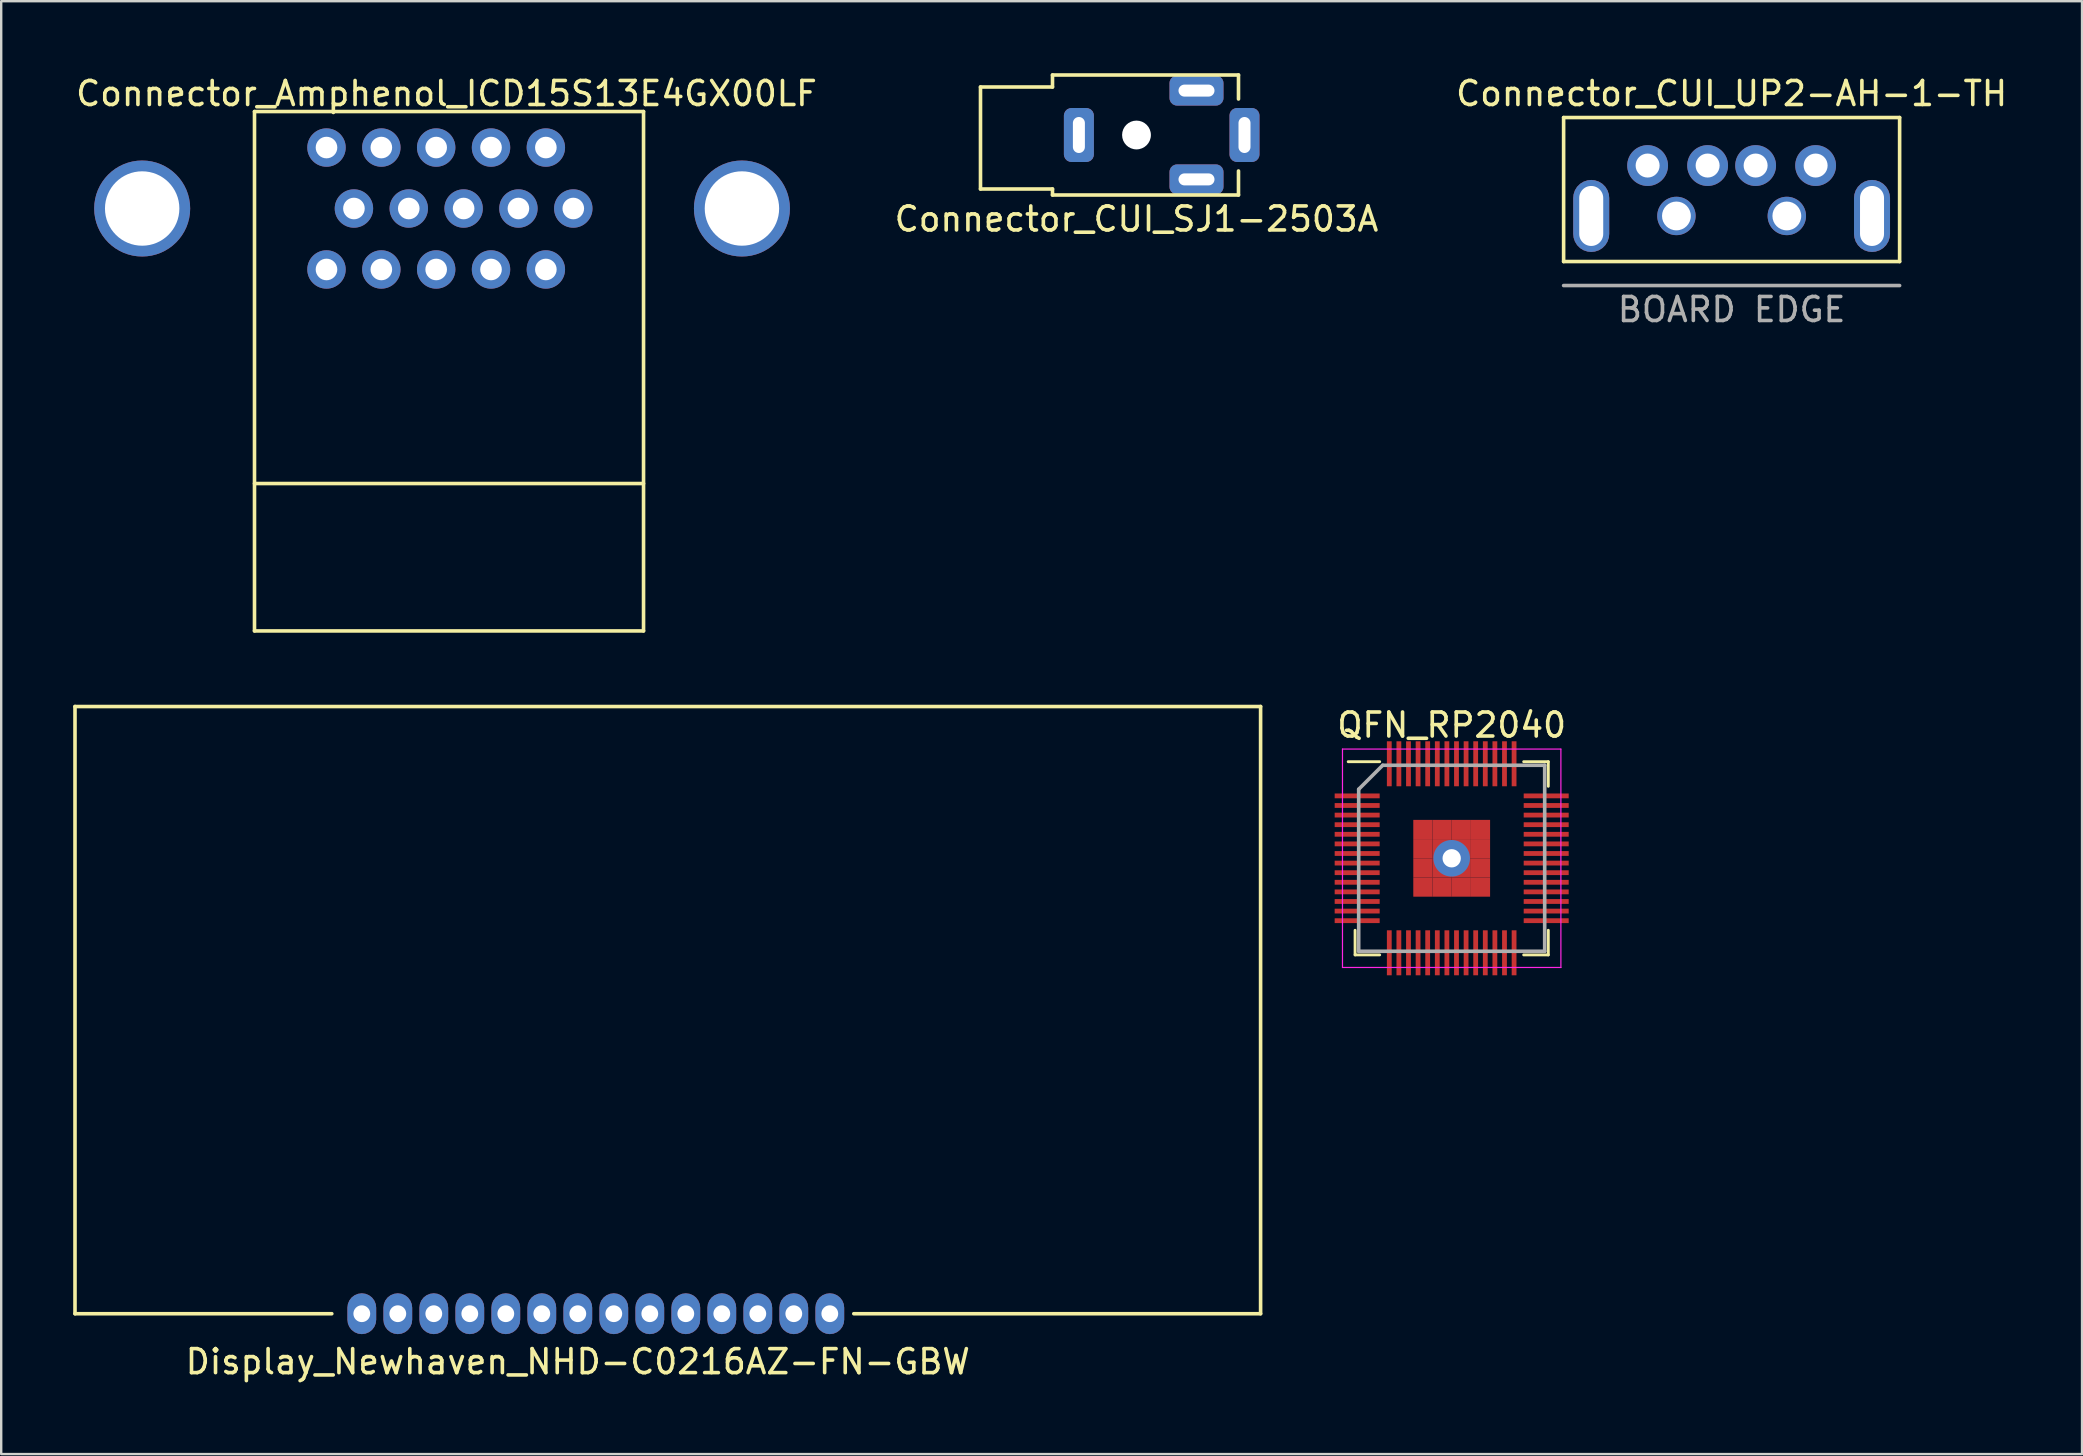
<source format=kicad_pcb>
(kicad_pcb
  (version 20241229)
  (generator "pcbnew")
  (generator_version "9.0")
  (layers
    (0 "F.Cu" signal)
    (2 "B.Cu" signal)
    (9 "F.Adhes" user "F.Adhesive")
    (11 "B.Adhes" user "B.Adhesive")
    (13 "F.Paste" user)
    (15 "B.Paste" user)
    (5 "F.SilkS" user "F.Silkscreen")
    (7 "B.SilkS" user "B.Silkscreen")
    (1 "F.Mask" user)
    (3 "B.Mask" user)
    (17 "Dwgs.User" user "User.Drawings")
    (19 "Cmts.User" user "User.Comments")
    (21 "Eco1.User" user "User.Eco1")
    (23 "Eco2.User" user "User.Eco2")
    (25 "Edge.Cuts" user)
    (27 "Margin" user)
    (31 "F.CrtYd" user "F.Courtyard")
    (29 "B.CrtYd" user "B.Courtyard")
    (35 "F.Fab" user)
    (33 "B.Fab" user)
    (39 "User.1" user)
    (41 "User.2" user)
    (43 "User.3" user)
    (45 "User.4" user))
  (footprint "Display_Newhaven_NHD-C0216AZ-FN-GBW"
    (layer "F.Cu")
    (at 31.525 51.688)
    (property "Reference" "Display_Newhaven_NHD-C0216AZ-FN-GBW" (at -10.5 2 0) (layer "F.SilkS") (effects (font (size 1 1) (thickness 0.15))))
    (attr through_hole)
    (fp_line (start -31.45 0) (end -31.45 -25.3) (stroke (width 0.15) (type solid)) (layer "F.SilkS"))
    (fp_line (start -20.75 0) (end -31.45 0) (stroke (width 0.15) (type solid)) (layer "F.SilkS"))
    (fp_line (start 1 0) (end 17.95 0) (stroke (width 0.15) (type solid)) (layer "F.SilkS"))
    (fp_line (start 17.95 -25.3) (end -31.45 -25.3) (stroke (width 0.15) (type solid)) (layer "F.SilkS"))
    (fp_line (start 17.95 0) (end 17.95 -25.3) (stroke (width 0.15) (type solid)) (layer "F.SilkS"))
    (pad "1" thru_hole roundrect (at 0 0) (size 1.2 1.7) (drill 0.7) (layers "*.Cu" "*.Mask") (roundrect_rratio 0.5))
    (pad "2" thru_hole roundrect (at -1.5 0) (size 1.2 1.7) (drill 0.7) (layers "*.Cu" "*.Mask") (roundrect_rratio 0.5))
    (pad "3" thru_hole roundrect (at -3 0) (size 1.2 1.7) (drill 0.7) (layers "*.Cu" "*.Mask") (roundrect_rratio 0.5))
    (pad "4" thru_hole roundrect (at -4.5 0) (size 1.2 1.7) (drill 0.7) (layers "*.Cu" "*.Mask") (roundrect_rratio 0.5))
    (pad "5" thru_hole roundrect (at -6 0) (size 1.2 1.7) (drill 0.7) (layers "*.Cu" "*.Mask") (roundrect_rratio 0.5))
    (pad "6" thru_hole roundrect (at -7.5 0) (size 1.2 1.7) (drill 0.7) (layers "*.Cu" "*.Mask") (roundrect_rratio 0.5))
    (pad "7" thru_hole roundrect (at -9 0) (size 1.2 1.7) (drill 0.7) (layers "*.Cu" "*.Mask") (roundrect_rratio 0.5))
    (pad "8" thru_hole roundrect (at -10.5 0) (size 1.2 1.7) (drill 0.7) (layers "*.Cu" "*.Mask") (roundrect_rratio 0.5))
    (pad "9" thru_hole roundrect (at -12 0) (size 1.2 1.7) (drill 0.7) (layers "*.Cu" "*.Mask") (roundrect_rratio 0.5))
    (pad "10" thru_hole roundrect (at -13.5 0) (size 1.2 1.7) (drill 0.7) (layers "*.Cu" "*.Mask") (roundrect_rratio 0.5))
    (pad "11" thru_hole roundrect (at -15 0) (size 1.2 1.7) (drill 0.7) (layers "*.Cu" "*.Mask") (roundrect_rratio 0.5))
    (pad "12" thru_hole roundrect (at -16.5 0) (size 1.2 1.7) (drill 0.7) (layers "*.Cu" "*.Mask") (roundrect_rratio 0.5))
    (pad "13" thru_hole roundrect (at -18 0) (size 1.2 1.7) (drill 0.7) (layers "*.Cu" "*.Mask") (roundrect_rratio 0.5))
    (pad "14" thru_hole roundrect (at -19.5 0) (size 1.2 1.7) (drill 0.7) (layers "*.Cu" "*.Mask") (roundrect_rratio 0.5)))
  (footprint "QFN_RP2040"
    (layer "F.Cu")
    (at 57.437 32.712)
    (property "Reference" "QFN_RP2040" (at 0 -5.55 0) (layer "F.SilkS") (effects (font (size 1 1) (thickness 0.15))))
    (attr smd)
    (fp_line (start -4.025 4.025) (end -4.025 3) (stroke (width 0.12) (type solid)) (layer "F.SilkS"))
    (fp_line (start -3 -4.025) (end -4.312 -4.025) (stroke (width 0.12) (type solid)) (layer "F.SilkS"))
    (fp_line (start -3 4.025) (end -4.025 4.025) (stroke (width 0.12) (type solid)) (layer "F.SilkS"))
    (fp_line (start 3 -4.025) (end 4.025 -4.025) (stroke (width 0.12) (type solid)) (layer "F.SilkS"))
    (fp_line (start 3 4.025) (end 4.025 4.025) (stroke (width 0.12) (type solid)) (layer "F.SilkS"))
    (fp_line (start 4.025 -4.025) (end 4.025 -3) (stroke (width 0.12) (type solid)) (layer "F.SilkS"))
    (fp_line (start 4.025 4.025) (end 4.025 3) (stroke (width 0.12) (type solid)) (layer "F.SilkS"))
    (fp_line (start -4.55 -4.55) (end 4.55 -4.55) (stroke (width 0.05) (type solid)) (layer "F.CrtYd"))
    (fp_line (start -4.55 4.55) (end -4.55 -4.55) (stroke (width 0.05) (type solid)) (layer "F.CrtYd"))
    (fp_line (start 4.55 -4.55) (end 4.55 4.55) (stroke (width 0.05) (type solid)) (layer "F.CrtYd"))
    (fp_line (start 4.55 4.55) (end -4.55 4.55) (stroke (width 0.05) (type solid)) (layer "F.CrtYd"))
    (fp_line (start -3.875 -2.875) (end -3.875 3.875) (stroke (width 0.15) (type solid)) (layer "F.Fab"))
    (fp_line (start -3.875 3.875) (end 3.875 3.875) (stroke (width 0.15) (type solid)) (layer "F.Fab"))
    (fp_line (start -2.875 -3.875) (end -3.875 -2.875) (stroke (width 0.15) (type solid)) (layer "F.Fab"))
    (fp_line (start 3.875 -3.875) (end -2.875 -3.875) (stroke (width 0.15) (type solid)) (layer "F.Fab"))
    (fp_line (start 3.875 3.875) (end 3.875 -3.875) (stroke (width 0.15) (type solid)) (layer "F.Fab"))
    (pad "1" smd rect (at -3.938 -2.6 90) (size 0.2 1.875) (layers "F.Cu" "F.Mask" "F.Paste"))
    (pad "2" smd rect (at -3.938 -2.2 90) (size 0.2 1.875) (layers "F.Cu" "F.Mask" "F.Paste"))
    (pad "3" smd rect (at -3.938 -1.8 90) (size 0.2 1.875) (layers "F.Cu" "F.Mask" "F.Paste"))
    (pad "4" smd rect (at -3.938 -1.4 90) (size 0.2 1.875) (layers "F.Cu" "F.Mask" "F.Paste"))
    (pad "5" smd rect (at -3.938 -1 90) (size 0.2 1.875) (layers "F.Cu" "F.Mask" "F.Paste"))
    (pad "6" smd rect (at -3.938 -0.6 90) (size 0.2 1.875) (layers "F.Cu" "F.Mask" "F.Paste"))
    (pad "7" smd rect (at -3.938 -0.2 90) (size 0.2 1.875) (layers "F.Cu" "F.Mask" "F.Paste"))
    (pad "8" smd rect (at -3.938 0.2 90) (size 0.2 1.875) (layers "F.Cu" "F.Mask" "F.Paste"))
    (pad "9" smd rect (at -3.938 0.6 90) (size 0.2 1.875) (layers "F.Cu" "F.Mask" "F.Paste"))
    (pad "10" smd rect (at -3.938 1 90) (size 0.2 1.875) (layers "F.Cu" "F.Mask" "F.Paste"))
    (pad "11" smd rect (at -3.938 1.4 90) (size 0.2 1.875) (layers "F.Cu" "F.Mask" "F.Paste"))
    (pad "12" smd rect (at -3.938 1.8 90) (size 0.2 1.875) (layers "F.Cu" "F.Mask" "F.Paste"))
    (pad "13" smd rect (at -3.938 2.2 90) (size 0.2 1.875) (layers "F.Cu" "F.Mask" "F.Paste"))
    (pad "14" smd rect (at -3.938 2.6 90) (size 0.2 1.875) (layers "F.Cu" "F.Mask" "F.Paste"))
    (pad "15" smd rect (at -2.6 3.938) (size 0.2 1.875) (layers "F.Cu" "F.Mask" "F.Paste"))
    (pad "16" smd rect (at -2.2 3.938) (size 0.2 1.875) (layers "F.Cu" "F.Mask" "F.Paste"))
    (pad "17" smd rect (at -1.8 3.938) (size 0.2 1.875) (layers "F.Cu" "F.Mask" "F.Paste"))
    (pad "18" smd rect (at -1.4 3.938) (size 0.2 1.875) (layers "F.Cu" "F.Mask" "F.Paste"))
    (pad "19" smd rect (at -1 3.938) (size 0.2 1.875) (layers "F.Cu" "F.Mask" "F.Paste"))
    (pad "20" smd rect (at -0.6 3.938) (size 0.2 1.875) (layers "F.Cu" "F.Mask" "F.Paste"))
    (pad "21" smd rect (at -0.2 3.938) (size 0.2 1.875) (layers "F.Cu" "F.Mask" "F.Paste"))
    (pad "22" smd rect (at 0.2 3.938) (size 0.2 1.875) (layers "F.Cu" "F.Mask" "F.Paste"))
    (pad "23" smd rect (at 0.6 3.938) (size 0.2 1.875) (layers "F.Cu" "F.Mask" "F.Paste"))
    (pad "24" smd rect (at 1 3.938) (size 0.2 1.875) (layers "F.Cu" "F.Mask" "F.Paste"))
    (pad "25" smd rect (at 1.4 3.938) (size 0.2 1.875) (layers "F.Cu" "F.Mask" "F.Paste"))
    (pad "26" smd rect (at 1.8 3.938) (size 0.2 1.875) (layers "F.Cu" "F.Mask" "F.Paste"))
    (pad "27" smd rect (at 2.2 3.938) (size 0.2 1.875) (layers "F.Cu" "F.Mask" "F.Paste"))
    (pad "28" smd rect (at 2.6 3.938) (size 0.2 1.875) (layers "F.Cu" "F.Mask" "F.Paste"))
    (pad "29" smd rect (at 3.938 2.6 90) (size 0.2 1.875) (layers "F.Cu" "F.Mask" "F.Paste"))
    (pad "30" smd rect (at 3.938 2.2 90) (size 0.2 1.875) (layers "F.Cu" "F.Mask" "F.Paste"))
    (pad "31" smd rect (at 3.938 1.8 90) (size 0.2 1.875) (layers "F.Cu" "F.Mask" "F.Paste"))
    (pad "32" smd rect (at 3.938 1.4 90) (size 0.2 1.875) (layers "F.Cu" "F.Mask" "F.Paste"))
    (pad "33" smd rect (at 3.938 1 90) (size 0.2 1.875) (layers "F.Cu" "F.Mask" "F.Paste"))
    (pad "34" smd rect (at 3.938 0.6 90) (size 0.2 1.875) (layers "F.Cu" "F.Mask" "F.Paste"))
    (pad "35" smd rect (at 3.938 0.2 90) (size 0.2 1.875) (layers "F.Cu" "F.Mask" "F.Paste"))
    (pad "36" smd rect (at 3.938 -0.2 90) (size 0.2 1.875) (layers "F.Cu" "F.Mask" "F.Paste"))
    (pad "37" smd rect (at 3.938 -0.6 90) (size 0.2 1.875) (layers "F.Cu" "F.Mask" "F.Paste"))
    (pad "38" smd rect (at 3.938 -1 90) (size 0.2 1.875) (layers "F.Cu" "F.Mask" "F.Paste"))
    (pad "39" smd rect (at 3.938 -1.4 90) (size 0.2 1.875) (layers "F.Cu" "F.Mask" "F.Paste"))
    (pad "40" smd rect (at 3.938 -1.8 90) (size 0.2 1.875) (layers "F.Cu" "F.Mask" "F.Paste"))
    (pad "41" smd rect (at 3.938 -2.2 90) (size 0.2 1.875) (layers "F.Cu" "F.Mask" "F.Paste"))
    (pad "42" smd rect (at 3.938 -2.6 90) (size 0.2 1.875) (layers "F.Cu" "F.Mask" "F.Paste"))
    (pad "43" smd rect (at 2.6 -3.938) (size 0.2 1.875) (layers "F.Cu" "F.Mask" "F.Paste"))
    (pad "44" smd rect (at 2.2 -3.938) (size 0.2 1.875) (layers "F.Cu" "F.Mask" "F.Paste"))
    (pad "45" smd rect (at 1.8 -3.938) (size 0.2 1.875) (layers "F.Cu" "F.Mask" "F.Paste"))
    (pad "46" smd rect (at 1.4 -3.938) (size 0.2 1.875) (layers "F.Cu" "F.Mask" "F.Paste"))
    (pad "47" smd rect (at 1 -3.938) (size 0.2 1.875) (layers "F.Cu" "F.Mask" "F.Paste"))
    (pad "48" smd rect (at 0.6 -3.938) (size 0.2 1.875) (layers "F.Cu" "F.Mask" "F.Paste"))
    (pad "49" smd rect (at 0.2 -3.938) (size 0.2 1.875) (layers "F.Cu" "F.Mask" "F.Paste"))
    (pad "50" smd rect (at -0.2 -3.938) (size 0.2 1.875) (layers "F.Cu" "F.Mask" "F.Paste"))
    (pad "51" smd rect (at -0.6 -3.938) (size 0.2 1.875) (layers "F.Cu" "F.Mask" "F.Paste"))
    (pad "52" smd rect (at -1 -3.938) (size 0.2 1.875) (layers "F.Cu" "F.Mask" "F.Paste"))
    (pad "53" smd rect (at -1.4 -3.938) (size 0.2 1.875) (layers "F.Cu" "F.Mask" "F.Paste"))
    (pad "54" smd rect (at -1.8 -3.938) (size 0.2 1.875) (layers "F.Cu" "F.Mask" "F.Paste"))
    (pad "55" smd rect (at -2.2 -3.938) (size 0.2 1.875) (layers "F.Cu" "F.Mask" "F.Paste"))
    (pad "56" smd rect (at -2.6 -3.938) (size 0.2 1.875) (layers "F.Cu" "F.Mask" "F.Paste"))
    (pad "57" smd rect (at -1.2 -1.2) (size 0.8 0.8) (layers "F.Cu" "F.Mask" "F.Paste"))
    (pad "57" smd rect (at -1.2 -0.4) (size 0.8 0.8) (layers "F.Cu" "F.Mask" "F.Paste"))
    (pad "57" smd rect (at -1.2 0.4) (size 0.8 0.8) (layers "F.Cu" "F.Mask" "F.Paste"))
    (pad "57" smd rect (at -1.2 1.2) (size 0.8 0.8) (layers "F.Cu" "F.Mask" "F.Paste"))
    (pad "57" smd rect (at -0.4 -1.2) (size 0.8 0.8) (layers "F.Cu" "F.Mask" "F.Paste"))
    (pad "57" smd rect (at -0.4 -0.4) (size 0.8 0.8) (layers "F.Cu" "F.Mask" "F.Paste"))
    (pad "57" smd rect (at -0.4 0.4) (size 0.8 0.8) (layers "F.Cu" "F.Mask" "F.Paste"))
    (pad "57" smd rect (at -0.4 1.2) (size 0.8 0.8) (layers "F.Cu" "F.Mask" "F.Paste"))
    (pad "57" thru_hole circle (at 0 0) (size 1.524 1.524) (drill 0.762) (layers "*.Cu" "*.Mask"))
    (pad "57" smd rect (at 0.4 -1.2) (size 0.8 0.8) (layers "F.Cu" "F.Mask" "F.Paste"))
    (pad "57" smd rect (at 0.4 -0.4) (size 0.8 0.8) (layers "F.Cu" "F.Mask" "F.Paste"))
    (pad "57" smd rect (at 0.4 0.4) (size 0.8 0.8) (layers "F.Cu" "F.Mask" "F.Paste"))
    (pad "57" smd rect (at 0.4 1.2) (size 0.8 0.8) (layers "F.Cu" "F.Mask" "F.Paste"))
    (pad "57" smd rect (at 1.2 -1.2) (size 0.8 0.8) (layers "F.Cu" "F.Mask" "F.Paste"))
    (pad "57" smd rect (at 1.2 -0.4) (size 0.8 0.8) (layers "F.Cu" "F.Mask" "F.Paste"))
    (pad "57" smd rect (at 1.2 0.4) (size 0.8 0.8) (layers "F.Cu" "F.Mask" "F.Paste"))
    (pad "57" smd rect (at 1.2 1.2) (size 0.8 0.8) (layers "F.Cu" "F.Mask" "F.Paste")))
  (footprint "Connector_CUI_UP2-AH-1-TH"
    (layer "F.Cu")
    (at 69.101 8.848)
    (property "Reference" "Connector_CUI_UP2-AH-1-TH" (at 0 -8 0) (layer "F.SilkS") (effects (font (size 1 1) (thickness 0.15))))
    (attr through_hole)
    (fp_line (start -7 -7) (end 7 -7) (stroke (width 0.15) (type solid)) (layer "F.SilkS"))
    (fp_line (start -7 -1) (end -7 -7) (stroke (width 0.15) (type solid)) (layer "F.SilkS"))
    (fp_line (start 7 -7) (end 7 -1) (stroke (width 0.15) (type solid)) (layer "F.SilkS"))
    (fp_line (start 7 -1) (end -7 -1) (stroke (width 0.15) (type solid)) (layer "F.SilkS"))
    (fp_line (start -7 0) (end 7 0) (stroke (width 0.15) (type solid)) (layer "F.Fab"))
    (fp_text user "BOARD EDGE" (at 0 1 0) (layer "F.Fab") (effects (font (size 1 1) (thickness 0.15))))
    (pad "" np_thru_hole circle (at -2.3 -2.9) (size 1.6 1.6) (drill 1.2) (layers "*.Cu" "*.Mask"))
    (pad "" np_thru_hole circle (at 2.3 -2.9) (size 1.6 1.6) (drill 1.2) (layers "*.Cu" "*.Mask"))
    (pad "1" thru_hole circle (at 3.5 -5) (size 1.7 1.7) (drill 1) (layers "*.Cu" "*.Mask"))
    (pad "2" thru_hole circle (at 1 -5) (size 1.7 1.7) (drill 1) (layers "*.Cu" "*.Mask"))
    (pad "3" thru_hole circle (at -1 -5) (size 1.7 1.7) (drill 1) (layers "*.Cu" "*.Mask"))
    (pad "4" thru_hole circle (at -3.5 -5) (size 1.7 1.7) (drill 1) (layers "*.Cu" "*.Mask"))
    (pad "5" thru_hole roundrect (at -5.85 -2.9) (size 1.5 3) (drill oval 1 2.5) (layers "*.Cu" "*.Mask") (roundrect_rratio 0.5))
    (pad "5" thru_hole roundrect (at 5.85 -2.9) (size 1.5 3) (drill oval 1 2.5) (layers "*.Cu" "*.Mask") (roundrect_rratio 0.5)))
  (footprint "Connector_Amphenol_ICD15S13E4GX00LF"
    (layer "F.Cu")
    (at 10.554 3.098)
    (property "Reference" "Connector_Amphenol_ICD15S13E4GX00LF" (at 5 -2.25 0) (layer "F.SilkS") (effects (font (size 1 1) (thickness 0.15))))
    (attr through_hole)
    (fp_line (start -3 -1.5) (end -3 20.14) (stroke (width 0.15) (type solid)) (layer "F.SilkS"))
    (fp_line (start -3 -1.5) (end 13.21 -1.5) (stroke (width 0.15) (type solid)) (layer "F.SilkS"))
    (fp_line (start -3 14) (end 13.21 14) (stroke (width 0.15) (type solid)) (layer "F.SilkS"))
    (fp_line (start -3 20.14) (end 13.21 20.14) (stroke (width 0.15) (type solid)) (layer "F.SilkS"))
    (fp_line (start 13.21 -1.5) (end 13.21 20.14) (stroke (width 0.15) (type solid)) (layer "F.SilkS"))
    (pad "" np_thru_hole circle (at -7.68 2.54) (size 4 4) (drill 3.1) (layers "*.Cu" "*.Mask"))
    (pad "" np_thru_hole circle (at 17.31 2.54) (size 4 4) (drill 3.1) (layers "*.Cu" "*.Mask"))
    (pad "1" thru_hole circle (at 0 0) (size 1.6 1.6) (drill 0.9) (layers "*.Cu" "*.Mask"))
    (pad "2" thru_hole circle (at 2.285 0) (size 1.6 1.6) (drill 0.9) (layers "*.Cu" "*.Mask"))
    (pad "3" thru_hole circle (at 4.57 0) (size 1.6 1.6) (drill 0.9) (layers "*.Cu" "*.Mask"))
    (pad "4" thru_hole circle (at 6.855 0) (size 1.6 1.6) (drill 0.9) (layers "*.Cu" "*.Mask"))
    (pad "5" thru_hole circle (at 9.14 0) (size 1.6 1.6) (drill 0.9) (layers "*.Cu" "*.Mask"))
    (pad "6" thru_hole circle (at 1.143 2.54) (size 1.6 1.6) (drill 0.9) (layers "*.Cu" "*.Mask"))
    (pad "7" thru_hole circle (at 3.428 2.54) (size 1.6 1.6) (drill 0.9) (layers "*.Cu" "*.Mask"))
    (pad "8" thru_hole circle (at 5.713 2.54) (size 1.6 1.6) (drill 0.9) (layers "*.Cu" "*.Mask"))
    (pad "9" thru_hole circle (at 7.997 2.54) (size 1.6 1.6) (drill 0.9) (layers "*.Cu" "*.Mask"))
    (pad "10" thru_hole circle (at 10.283 2.54) (size 1.6 1.6) (drill 0.9) (layers "*.Cu" "*.Mask"))
    (pad "11" thru_hole circle (at 0 5.08) (size 1.6 1.6) (drill 0.9) (layers "*.Cu" "*.Mask"))
    (pad "12" thru_hole circle (at 2.285 5.08) (size 1.6 1.6) (drill 0.9) (layers "*.Cu" "*.Mask"))
    (pad "13" thru_hole circle (at 4.57 5.08) (size 1.6 1.6) (drill 0.9) (layers "*.Cu" "*.Mask"))
    (pad "14" thru_hole circle (at 6.855 5.08) (size 1.6 1.6) (drill 0.9) (layers "*.Cu" "*.Mask"))
    (pad "15" thru_hole circle (at 9.14 5.08) (size 1.6 1.6) (drill 0.9) (layers "*.Cu" "*.Mask")))
  (footprint "Connector_CUI_SJ1-2503A"
    (layer "F.Cu")
    (at 40.804 2.575)
    (property "Reference" "Connector_CUI_SJ1-2503A" (at 3.5 3.5 0) (layer "F.SilkS") (effects (font (size 1 1) (thickness 0.15))))
    (attr through_hole)
    (fp_line (start -3 -2) (end -3 2.25) (stroke (width 0.15) (type solid)) (layer "F.SilkS"))
    (fp_line (start -3 2.25) (end 0 2.25) (stroke (width 0.15) (type solid)) (layer "F.SilkS"))
    (fp_line (start 0 -2.5) (end 0 -2) (stroke (width 0.15) (type solid)) (layer "F.SilkS"))
    (fp_line (start 0 -2) (end -3 -2) (stroke (width 0.15) (type solid)) (layer "F.SilkS"))
    (fp_line (start 0 2.5) (end 0 2.25) (stroke (width 0.15) (type solid)) (layer "F.SilkS"))
    (fp_line (start 7.75 -2.5) (end 0 -2.5) (stroke (width 0.15) (type solid)) (layer "F.SilkS"))
    (fp_line (start 7.75 -1.5) (end 7.75 -2.5) (stroke (width 0.15) (type solid)) (layer "F.SilkS"))
    (fp_line (start 7.75 2.5) (end 0 2.5) (stroke (width 0.15) (type solid)) (layer "F.SilkS"))
    (fp_line (start 7.75 2.5) (end 7.75 1.5) (stroke (width 0.15) (type solid)) (layer "F.SilkS"))
    (pad "" np_thru_hole circle (at 3.5 0 90) (size 1.2 1.2) (drill 1.2) (layers "*.Cu" "*.Mask"))
    (pad "R" thru_hole roundrect (at 8 0 90) (size 2.25 1.25) (drill oval 1.5 0.5) (layers "*.Cu" "*.Mask") (roundrect_rratio 0.25))
    (pad "S" thru_hole roundrect (at 1.1 0 90) (size 2.25 1.25) (drill oval 1.5 0.5) (layers "*.Cu" "*.Mask") (roundrect_rratio 0.25))
    (pad "T" thru_hole roundrect (at 6 -1.85) (size 2.25 1.25) (drill oval 1.5 0.5) (layers "*.Cu" "*.Mask") (roundrect_rratio 0.25))
    (pad "T" thru_hole roundrect (at 6 1.85) (size 2.25 1.25) (drill oval 1.5 0.5) (layers "*.Cu" "*.Mask") (roundrect_rratio 0.25)))
  (gr_rect
    (start -3 -3)
    (end 83.702 57.536)
    (stroke (width 0.1) (type default))
    (fill no)
    (layer "Edge.Cuts")))
</source>
